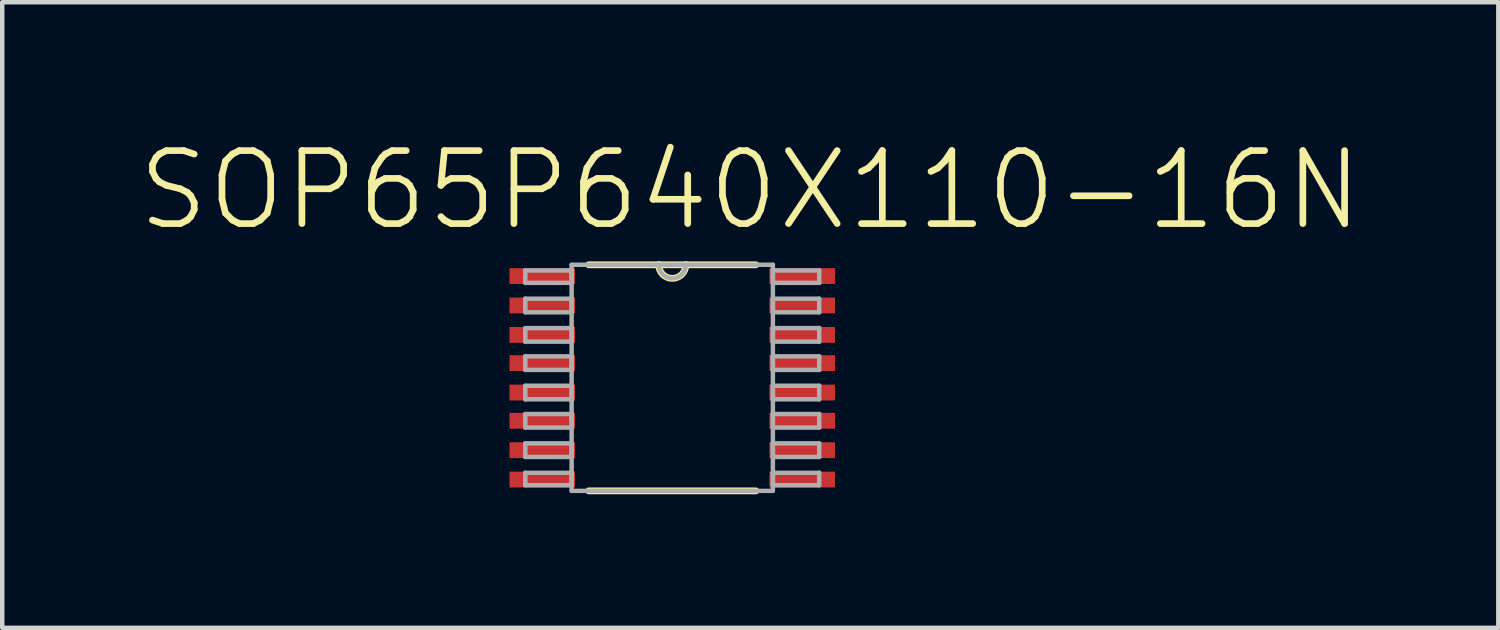
<source format=kicad_pcb>
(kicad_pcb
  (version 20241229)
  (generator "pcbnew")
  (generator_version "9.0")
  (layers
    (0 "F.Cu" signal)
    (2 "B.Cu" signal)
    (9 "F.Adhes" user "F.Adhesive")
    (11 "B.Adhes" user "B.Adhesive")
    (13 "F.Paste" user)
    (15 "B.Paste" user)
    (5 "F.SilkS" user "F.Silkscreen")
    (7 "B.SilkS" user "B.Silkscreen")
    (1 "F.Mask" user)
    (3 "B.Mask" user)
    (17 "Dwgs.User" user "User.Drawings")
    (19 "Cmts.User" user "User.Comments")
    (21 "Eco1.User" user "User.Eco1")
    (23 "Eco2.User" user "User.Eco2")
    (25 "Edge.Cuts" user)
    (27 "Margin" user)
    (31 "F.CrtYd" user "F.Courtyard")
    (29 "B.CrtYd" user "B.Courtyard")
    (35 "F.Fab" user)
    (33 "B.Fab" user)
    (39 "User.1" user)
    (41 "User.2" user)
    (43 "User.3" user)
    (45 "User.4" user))
  (footprint "SOP65P640X110-16N"
    (layer "F.Cu")
    (at 12.056 5.44)
    (property "Reference" "SOP65P640X110-16N" (at 1.753 -4.217 0) (layer "F.SilkS") (effects (font (size 1.64 1.64) (thickness 0.15))))
    (attr smd)
    (fp_line (start -1.88 2.54) (end 1.88 2.54) (stroke (width 0.152) (type solid)) (layer "F.SilkS"))
    (fp_line (start -0.305 -2.54) (end -1.88 -2.54) (stroke (width 0.152) (type solid)) (layer "F.SilkS"))
    (fp_line (start 0.305 -2.54) (end -0.305 -2.54) (stroke (width 0.152) (type solid)) (layer "F.SilkS"))
    (fp_line (start 1.88 -2.54) (end 0.305 -2.54) (stroke (width 0.152) (type solid)) (layer "F.SilkS"))
    (fp_arc (start 0.3048 -2.54) (mid 0 -2.2352) (end -0.3048 -2.54) (stroke (width 0.1524) (type solid)) (layer "F.SilkS"))
    (fp_line (start -3.302 -2.413) (end -3.302 -2.134) (stroke (width 0.1) (type solid)) (layer "F.Fab"))
    (fp_line (start -3.302 -2.134) (end -2.261 -2.134) (stroke (width 0.1) (type solid)) (layer "F.Fab"))
    (fp_line (start -3.302 -1.778) (end -3.302 -1.473) (stroke (width 0.1) (type solid)) (layer "F.Fab"))
    (fp_line (start -3.302 -1.473) (end -2.261 -1.473) (stroke (width 0.1) (type solid)) (layer "F.Fab"))
    (fp_line (start -3.302 -1.118) (end -3.302 -0.813) (stroke (width 0.1) (type solid)) (layer "F.Fab"))
    (fp_line (start -3.302 -0.813) (end -2.261 -0.813) (stroke (width 0.1) (type solid)) (layer "F.Fab"))
    (fp_line (start -3.302 -0.483) (end -3.302 -0.178) (stroke (width 0.1) (type solid)) (layer "F.Fab"))
    (fp_line (start -3.302 -0.178) (end -2.261 -0.178) (stroke (width 0.1) (type solid)) (layer "F.Fab"))
    (fp_line (start -3.302 0.178) (end -3.302 0.483) (stroke (width 0.1) (type solid)) (layer "F.Fab"))
    (fp_line (start -3.302 0.483) (end -2.261 0.483) (stroke (width 0.1) (type solid)) (layer "F.Fab"))
    (fp_line (start -3.302 0.813) (end -3.302 1.118) (stroke (width 0.1) (type solid)) (layer "F.Fab"))
    (fp_line (start -3.302 1.118) (end -2.261 1.118) (stroke (width 0.1) (type solid)) (layer "F.Fab"))
    (fp_line (start -3.302 1.473) (end -3.302 1.778) (stroke (width 0.1) (type solid)) (layer "F.Fab"))
    (fp_line (start -3.302 1.778) (end -2.261 1.778) (stroke (width 0.1) (type solid)) (layer "F.Fab"))
    (fp_line (start -3.302 2.134) (end -3.302 2.413) (stroke (width 0.1) (type solid)) (layer "F.Fab"))
    (fp_line (start -3.302 2.413) (end -2.261 2.413) (stroke (width 0.1) (type solid)) (layer "F.Fab"))
    (fp_line (start -2.261 -2.54) (end -2.261 2.54) (stroke (width 0.1) (type solid)) (layer "F.Fab"))
    (fp_line (start -2.261 -2.413) (end -3.302 -2.413) (stroke (width 0.1) (type solid)) (layer "F.Fab"))
    (fp_line (start -2.261 -2.134) (end -2.261 -2.413) (stroke (width 0.1) (type solid)) (layer "F.Fab"))
    (fp_line (start -2.261 -1.778) (end -3.302 -1.778) (stroke (width 0.1) (type solid)) (layer "F.Fab"))
    (fp_line (start -2.261 -1.473) (end -2.261 -1.778) (stroke (width 0.1) (type solid)) (layer "F.Fab"))
    (fp_line (start -2.261 -1.118) (end -3.302 -1.118) (stroke (width 0.1) (type solid)) (layer "F.Fab"))
    (fp_line (start -2.261 -0.813) (end -2.261 -1.118) (stroke (width 0.1) (type solid)) (layer "F.Fab"))
    (fp_line (start -2.261 -0.483) (end -3.302 -0.483) (stroke (width 0.1) (type solid)) (layer "F.Fab"))
    (fp_line (start -2.261 -0.178) (end -2.261 -0.483) (stroke (width 0.1) (type solid)) (layer "F.Fab"))
    (fp_line (start -2.261 0.178) (end -3.302 0.178) (stroke (width 0.1) (type solid)) (layer "F.Fab"))
    (fp_line (start -2.261 0.483) (end -2.261 0.178) (stroke (width 0.1) (type solid)) (layer "F.Fab"))
    (fp_line (start -2.261 0.813) (end -3.302 0.813) (stroke (width 0.1) (type solid)) (layer "F.Fab"))
    (fp_line (start -2.261 1.118) (end -2.261 0.813) (stroke (width 0.1) (type solid)) (layer "F.Fab"))
    (fp_line (start -2.261 1.473) (end -3.302 1.473) (stroke (width 0.1) (type solid)) (layer "F.Fab"))
    (fp_line (start -2.261 1.778) (end -2.261 1.473) (stroke (width 0.1) (type solid)) (layer "F.Fab"))
    (fp_line (start -2.261 2.134) (end -3.302 2.134) (stroke (width 0.1) (type solid)) (layer "F.Fab"))
    (fp_line (start -2.261 2.413) (end -2.261 2.134) (stroke (width 0.1) (type solid)) (layer "F.Fab"))
    (fp_line (start -2.261 2.54) (end 2.261 2.54) (stroke (width 0.1) (type solid)) (layer "F.Fab"))
    (fp_line (start -0.305 -2.54) (end -2.261 -2.54) (stroke (width 0.1) (type solid)) (layer "F.Fab"))
    (fp_line (start 0.305 -2.54) (end -0.305 -2.54) (stroke (width 0.1) (type solid)) (layer "F.Fab"))
    (fp_line (start 2.261 -2.54) (end 0.305 -2.54) (stroke (width 0.1) (type solid)) (layer "F.Fab"))
    (fp_line (start 2.261 -2.413) (end 2.261 -2.134) (stroke (width 0.1) (type solid)) (layer "F.Fab"))
    (fp_line (start 2.261 -2.134) (end 3.302 -2.134) (stroke (width 0.1) (type solid)) (layer "F.Fab"))
    (fp_line (start 2.261 -1.778) (end 2.261 -1.473) (stroke (width 0.1) (type solid)) (layer "F.Fab"))
    (fp_line (start 2.261 -1.473) (end 3.302 -1.473) (stroke (width 0.1) (type solid)) (layer "F.Fab"))
    (fp_line (start 2.261 -1.118) (end 2.261 -0.813) (stroke (width 0.1) (type solid)) (layer "F.Fab"))
    (fp_line (start 2.261 -0.813) (end 3.302 -0.813) (stroke (width 0.1) (type solid)) (layer "F.Fab"))
    (fp_line (start 2.261 -0.483) (end 2.261 -0.178) (stroke (width 0.1) (type solid)) (layer "F.Fab"))
    (fp_line (start 2.261 -0.178) (end 3.302 -0.178) (stroke (width 0.1) (type solid)) (layer "F.Fab"))
    (fp_line (start 2.261 0.178) (end 2.261 0.483) (stroke (width 0.1) (type solid)) (layer "F.Fab"))
    (fp_line (start 2.261 0.483) (end 3.302 0.483) (stroke (width 0.1) (type solid)) (layer "F.Fab"))
    (fp_line (start 2.261 0.813) (end 2.261 1.118) (stroke (width 0.1) (type solid)) (layer "F.Fab"))
    (fp_line (start 2.261 1.118) (end 3.302 1.118) (stroke (width 0.1) (type solid)) (layer "F.Fab"))
    (fp_line (start 2.261 1.473) (end 2.261 1.778) (stroke (width 0.1) (type solid)) (layer "F.Fab"))
    (fp_line (start 2.261 1.778) (end 3.302 1.778) (stroke (width 0.1) (type solid)) (layer "F.Fab"))
    (fp_line (start 2.261 2.134) (end 2.261 2.413) (stroke (width 0.1) (type solid)) (layer "F.Fab"))
    (fp_line (start 2.261 2.413) (end 3.302 2.413) (stroke (width 0.1) (type solid)) (layer "F.Fab"))
    (fp_line (start 2.261 2.54) (end 2.261 -2.54) (stroke (width 0.1) (type solid)) (layer "F.Fab"))
    (fp_line (start 3.302 -2.413) (end 2.261 -2.413) (stroke (width 0.1) (type solid)) (layer "F.Fab"))
    (fp_line (start 3.302 -2.134) (end 3.302 -2.413) (stroke (width 0.1) (type solid)) (layer "F.Fab"))
    (fp_line (start 3.302 -1.778) (end 2.261 -1.778) (stroke (width 0.1) (type solid)) (layer "F.Fab"))
    (fp_line (start 3.302 -1.473) (end 3.302 -1.778) (stroke (width 0.1) (type solid)) (layer "F.Fab"))
    (fp_line (start 3.302 -1.118) (end 2.261 -1.118) (stroke (width 0.1) (type solid)) (layer "F.Fab"))
    (fp_line (start 3.302 -0.813) (end 3.302 -1.118) (stroke (width 0.1) (type solid)) (layer "F.Fab"))
    (fp_line (start 3.302 -0.483) (end 2.261 -0.483) (stroke (width 0.1) (type solid)) (layer "F.Fab"))
    (fp_line (start 3.302 -0.178) (end 3.302 -0.483) (stroke (width 0.1) (type solid)) (layer "F.Fab"))
    (fp_line (start 3.302 0.178) (end 2.261 0.178) (stroke (width 0.1) (type solid)) (layer "F.Fab"))
    (fp_line (start 3.302 0.483) (end 3.302 0.178) (stroke (width 0.1) (type solid)) (layer "F.Fab"))
    (fp_line (start 3.302 0.813) (end 2.261 0.813) (stroke (width 0.1) (type solid)) (layer "F.Fab"))
    (fp_line (start 3.302 1.118) (end 3.302 0.813) (stroke (width 0.1) (type solid)) (layer "F.Fab"))
    (fp_line (start 3.302 1.473) (end 2.261 1.473) (stroke (width 0.1) (type solid)) (layer "F.Fab"))
    (fp_line (start 3.302 1.778) (end 3.302 1.473) (stroke (width 0.1) (type solid)) (layer "F.Fab"))
    (fp_line (start 3.302 2.134) (end 2.261 2.134) (stroke (width 0.1) (type solid)) (layer "F.Fab"))
    (fp_line (start 3.302 2.413) (end 3.302 2.134) (stroke (width 0.1) (type solid)) (layer "F.Fab"))
    (fp_arc (start 0.3048 -2.54) (mid 0 -2.2352) (end -0.3048 -2.54) (stroke (width 0.1) (type solid)) (layer "F.Fab"))
    (pad "1" smd rect (at -2.921 -2.286) (size 1.473 0.356) (layers "F.Cu" "F.Mask" "F.Paste"))
    (pad "2" smd rect (at -2.921 -1.626) (size 1.473 0.356) (layers "F.Cu" "F.Mask" "F.Paste"))
    (pad "3" smd rect (at -2.921 -0.965) (size 1.473 0.356) (layers "F.Cu" "F.Mask" "F.Paste"))
    (pad "4" smd rect (at -2.921 -0.33) (size 1.473 0.356) (layers "F.Cu" "F.Mask" "F.Paste"))
    (pad "5" smd rect (at -2.921 0.33) (size 1.473 0.356) (layers "F.Cu" "F.Mask" "F.Paste"))
    (pad "6" smd rect (at -2.921 0.965) (size 1.473 0.356) (layers "F.Cu" "F.Mask" "F.Paste"))
    (pad "7" smd rect (at -2.921 1.626) (size 1.473 0.356) (layers "F.Cu" "F.Mask" "F.Paste"))
    (pad "8" smd rect (at -2.921 2.286) (size 1.473 0.356) (layers "F.Cu" "F.Mask" "F.Paste"))
    (pad "9" smd rect (at 2.921 2.286) (size 1.473 0.356) (layers "F.Cu" "F.Mask" "F.Paste"))
    (pad "10" smd rect (at 2.921 1.626) (size 1.473 0.356) (layers "F.Cu" "F.Mask" "F.Paste"))
    (pad "11" smd rect (at 2.921 0.965) (size 1.473 0.356) (layers "F.Cu" "F.Mask" "F.Paste"))
    (pad "12" smd rect (at 2.921 0.33) (size 1.473 0.356) (layers "F.Cu" "F.Mask" "F.Paste"))
    (pad "13" smd rect (at 2.921 -0.33) (size 1.473 0.356) (layers "F.Cu" "F.Mask" "F.Paste"))
    (pad "14" smd rect (at 2.921 -0.965) (size 1.473 0.356) (layers "F.Cu" "F.Mask" "F.Paste"))
    (pad "15" smd rect (at 2.921 -1.626) (size 1.473 0.356) (layers "F.Cu" "F.Mask" "F.Paste"))
    (pad "16" smd rect (at 2.921 -2.286) (size 1.473 0.356) (layers "F.Cu" "F.Mask" "F.Paste")))
  (gr_rect
    (start -3 -3)
    (end 30.618 11.057)
    (stroke (width 0.1) (type default))
    (fill no)
    (layer "Edge.Cuts")))
</source>
